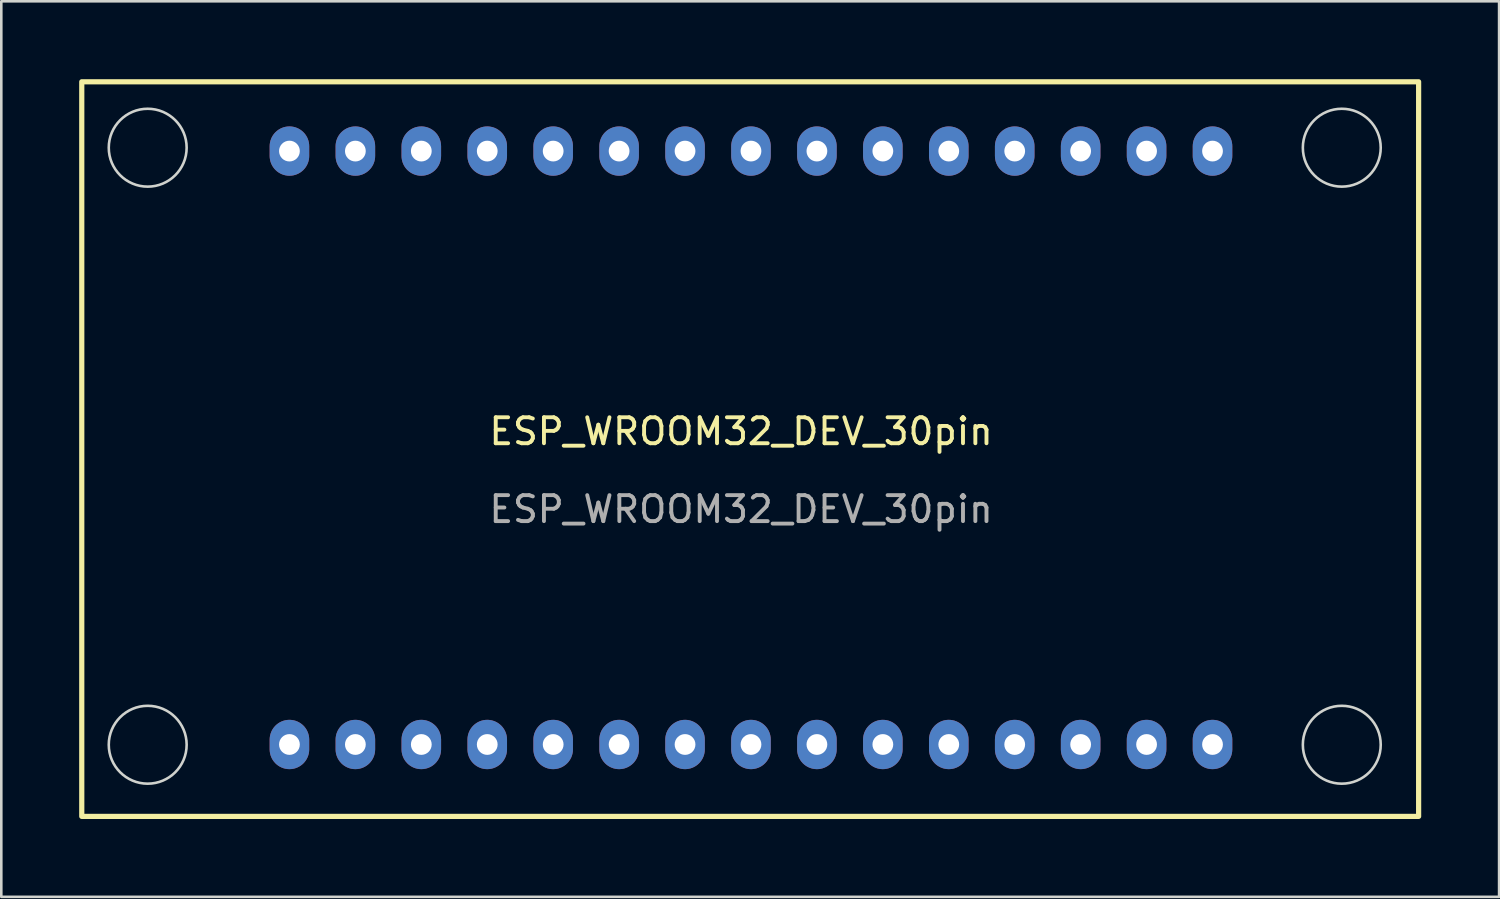
<source format=kicad_pcb>
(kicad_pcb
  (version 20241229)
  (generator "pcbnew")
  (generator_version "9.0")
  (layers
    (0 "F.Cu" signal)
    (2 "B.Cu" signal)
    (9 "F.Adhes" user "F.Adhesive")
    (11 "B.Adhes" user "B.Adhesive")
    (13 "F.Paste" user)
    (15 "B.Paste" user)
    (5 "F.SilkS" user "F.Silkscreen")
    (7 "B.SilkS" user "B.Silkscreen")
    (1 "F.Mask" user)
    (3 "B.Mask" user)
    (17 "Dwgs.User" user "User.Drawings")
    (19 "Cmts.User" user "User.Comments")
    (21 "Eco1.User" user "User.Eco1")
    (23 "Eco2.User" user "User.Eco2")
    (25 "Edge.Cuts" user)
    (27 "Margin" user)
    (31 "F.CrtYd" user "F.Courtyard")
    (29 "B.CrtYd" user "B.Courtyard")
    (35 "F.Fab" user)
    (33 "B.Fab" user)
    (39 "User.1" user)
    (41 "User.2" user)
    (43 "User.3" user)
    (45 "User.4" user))
  (footprint "ESP_WROOM32_DEV_30pin"
    (layer "F.Cu")
    (at 25.5 14.07)
    (property "Reference" "ESP_WROOM32_DEV_30pin" (at 0 -0.5 0) (unlocked yes) (layer "F.SilkS") (effects (font (size 1 1) (thickness 0.15))))
    (fp_rect (start -25.4 -13.97) (end 26.1 14.33) (stroke (width 0.2) (type default)) (fill no) (layer "F.SilkS"))
    (fp_circle (center -22.86 -11.43) (end -21.36 -11.43) (stroke (width 0.1) (type default)) (fill no) (layer "Edge.Cuts"))
    (fp_circle (center -22.86 11.57) (end -21.36 11.57) (stroke (width 0.1) (type default)) (fill no) (layer "Edge.Cuts"))
    (fp_circle (center 23.14 -11.43) (end 24.64 -11.43) (stroke (width 0.1) (type default)) (fill no) (layer "Edge.Cuts"))
    (fp_circle (center 23.14 11.57) (end 24.64 11.57) (stroke (width 0.1) (type default)) (fill no) (layer "Edge.Cuts"))
    (fp_text user "${REFERENCE}" (at 0 2.5 0) (unlocked yes) (layer "F.Fab") (effects (font (size 1 1) (thickness 0.15))))
    (pad "1" thru_hole oval (at -17.4 -11.3) (size 1.524 1.9) (drill 0.8) (layers "*.Cu" "*.Mask"))
    (pad "2" thru_hole oval (at -14.86 -11.3) (size 1.524 1.9) (drill 0.8) (layers "*.Cu" "*.Mask"))
    (pad "3" thru_hole oval (at -12.32 -11.3) (size 1.524 1.9) (drill 0.8) (layers "*.Cu" "*.Mask"))
    (pad "4" thru_hole oval (at -9.78 -11.3) (size 1.524 1.9) (drill 0.8) (layers "*.Cu" "*.Mask"))
    (pad "5" thru_hole oval (at -7.24 -11.3) (size 1.524 1.9) (drill 0.8) (layers "*.Cu" "*.Mask"))
    (pad "6" thru_hole oval (at -4.7 -11.3) (size 1.524 1.9) (drill 0.8) (layers "*.Cu" "*.Mask"))
    (pad "7" thru_hole oval (at -2.16 -11.3) (size 1.524 1.9) (drill 0.8) (layers "*.Cu" "*.Mask"))
    (pad "8" thru_hole oval (at 0.38 -11.3) (size 1.524 1.9) (drill 0.8) (layers "*.Cu" "*.Mask"))
    (pad "9" thru_hole oval (at 2.92 -11.3) (size 1.524 1.9) (drill 0.8) (layers "*.Cu" "*.Mask"))
    (pad "10" thru_hole oval (at 5.46 -11.3) (size 1.524 1.9) (drill 0.8) (layers "*.Cu" "*.Mask"))
    (pad "11" thru_hole oval (at 8 -11.3) (size 1.524 1.9) (drill 0.8) (layers "*.Cu" "*.Mask"))
    (pad "12" thru_hole oval (at 10.54 -11.3) (size 1.524 1.9) (drill 0.8) (layers "*.Cu" "*.Mask"))
    (pad "13" thru_hole oval (at 13.08 -11.3) (size 1.524 1.9) (drill 0.8) (layers "*.Cu" "*.Mask"))
    (pad "14" thru_hole oval (at 15.62 -11.3) (size 1.524 1.9) (drill 0.8) (layers "*.Cu" "*.Mask"))
    (pad "15" thru_hole oval (at 18.16 -11.3) (size 1.524 1.9) (drill 0.8) (layers "*.Cu" "*.Mask"))
    (pad "16" thru_hole oval (at 18.16 11.56) (size 1.524 1.9) (drill 0.8) (layers "*.Cu" "*.Mask"))
    (pad "17" thru_hole oval (at 15.62 11.56) (size 1.524 1.9) (drill 0.8) (layers "*.Cu" "*.Mask"))
    (pad "18" thru_hole oval (at 13.08 11.56) (size 1.524 1.9) (drill 0.8) (layers "*.Cu" "*.Mask"))
    (pad "19" thru_hole oval (at 10.54 11.56) (size 1.524 1.9) (drill 0.8) (layers "*.Cu" "*.Mask"))
    (pad "20" thru_hole oval (at 8 11.56) (size 1.524 1.9) (drill 0.8) (layers "*.Cu" "*.Mask"))
    (pad "21" thru_hole oval (at 5.46 11.56) (size 1.524 1.9) (drill 0.8) (layers "*.Cu" "*.Mask"))
    (pad "22" thru_hole oval (at 2.92 11.56) (size 1.524 1.9) (drill 0.8) (layers "*.Cu" "*.Mask"))
    (pad "23" thru_hole oval (at 0.38 11.56) (size 1.524 1.9) (drill 0.8) (layers "*.Cu" "*.Mask"))
    (pad "24" thru_hole oval (at -2.16 11.56) (size 1.524 1.9) (drill 0.8) (layers "*.Cu" "*.Mask"))
    (pad "25" thru_hole oval (at -4.7 11.56) (size 1.524 1.9) (drill 0.8) (layers "*.Cu" "*.Mask"))
    (pad "26" thru_hole oval (at -7.24 11.56) (size 1.524 1.9) (drill 0.8) (layers "*.Cu" "*.Mask"))
    (pad "27" thru_hole oval (at -9.78 11.56) (size 1.524 1.9) (drill 0.8) (layers "*.Cu" "*.Mask"))
    (pad "28" thru_hole oval (at -12.32 11.56) (size 1.524 1.9) (drill 0.8) (layers "*.Cu" "*.Mask"))
    (pad "29" thru_hole oval (at -14.86 11.56) (size 1.524 1.9) (drill 0.8) (layers "*.Cu" "*.Mask"))
    (pad "30" thru_hole oval (at -17.4 11.56) (size 1.524 1.9) (drill 0.8) (layers "*.Cu" "*.Mask")))
  (gr_rect
    (start -3 -3)
    (end 54.7 31.5)
    (stroke (width 0.1) (type default))
    (fill no)
    (layer "Edge.Cuts")))
</source>
